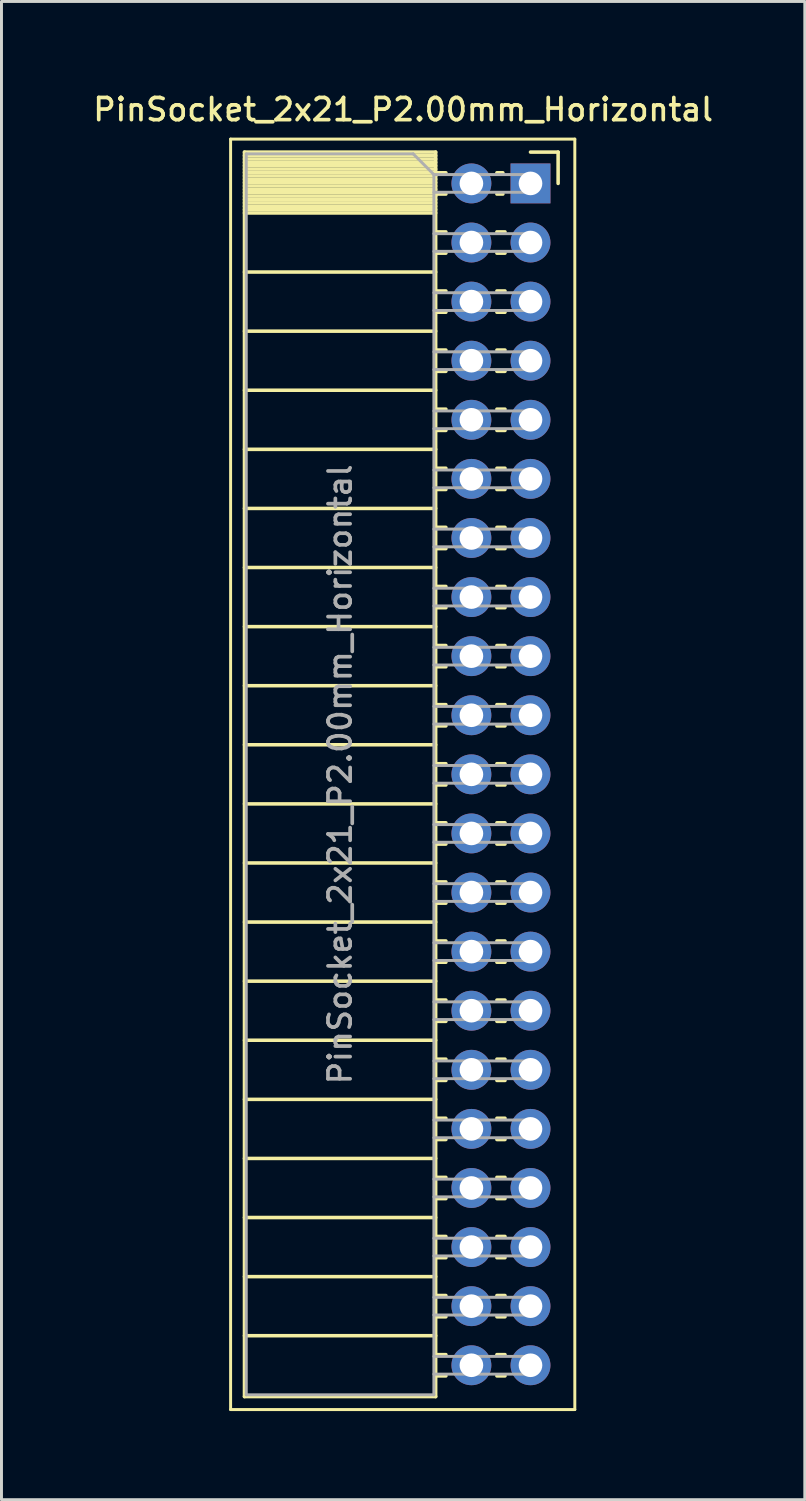
<source format=kicad_pcb>
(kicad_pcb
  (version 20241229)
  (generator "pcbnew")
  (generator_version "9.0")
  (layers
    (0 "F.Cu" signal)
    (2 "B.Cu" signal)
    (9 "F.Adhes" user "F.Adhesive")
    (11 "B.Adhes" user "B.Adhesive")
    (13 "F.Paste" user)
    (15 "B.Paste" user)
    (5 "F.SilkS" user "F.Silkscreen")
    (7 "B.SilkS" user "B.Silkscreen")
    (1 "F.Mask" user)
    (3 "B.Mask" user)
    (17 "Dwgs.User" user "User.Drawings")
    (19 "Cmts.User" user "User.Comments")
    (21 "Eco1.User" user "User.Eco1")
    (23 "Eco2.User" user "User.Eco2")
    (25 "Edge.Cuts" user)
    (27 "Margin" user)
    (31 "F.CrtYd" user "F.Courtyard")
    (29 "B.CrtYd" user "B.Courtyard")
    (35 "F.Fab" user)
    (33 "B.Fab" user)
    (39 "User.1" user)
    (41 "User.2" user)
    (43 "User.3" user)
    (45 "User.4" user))
  (footprint "PinSocket_2x21_P2.00mm_Horizontal"
    (layer "F.Cu")
    (at 14.905 3.158)
    (property "Reference" "PinSocket_2x21_P2.00mm_Horizontal" (at -4.31 -2.5 0) (layer "F.SilkS") (effects (font (size 0.75 0.75) (thickness 0.125))))
    (attr through_hole)
    (fp_line (start -10.15 -1.5) (end -10.15 41.5) (stroke (width 0.1) (type solid)) (layer "F.SilkS"))
    (fp_line (start -10.15 41.5) (end 1.5 41.5) (stroke (width 0.1) (type solid)) (layer "F.SilkS"))
    (fp_line (start -9.68 -1.06) (end -9.68 41.06) (stroke (width 0.12) (type solid)) (layer "F.SilkS"))
    (fp_line (start -9.68 -1.06) (end -3.21 -1.06) (stroke (width 0.12) (type solid)) (layer "F.SilkS"))
    (fp_line (start -9.68 -0.94) (end -3.21 -0.94) (stroke (width 0.12) (type solid)) (layer "F.SilkS"))
    (fp_line (start -9.68 -0.826) (end -3.21 -0.826) (stroke (width 0.12) (type solid)) (layer "F.SilkS"))
    (fp_line (start -9.68 -0.712) (end -3.21 -0.712) (stroke (width 0.12) (type solid)) (layer "F.SilkS"))
    (fp_line (start -9.68 -0.598) (end -3.21 -0.598) (stroke (width 0.12) (type solid)) (layer "F.SilkS"))
    (fp_line (start -9.68 -0.484) (end -3.21 -0.484) (stroke (width 0.12) (type solid)) (layer "F.SilkS"))
    (fp_line (start -9.68 -0.369) (end -3.21 -0.369) (stroke (width 0.12) (type solid)) (layer "F.SilkS"))
    (fp_line (start -9.68 -0.255) (end -3.21 -0.255) (stroke (width 0.12) (type solid)) (layer "F.SilkS"))
    (fp_line (start -9.68 -0.141) (end -3.21 -0.141) (stroke (width 0.12) (type solid)) (layer "F.SilkS"))
    (fp_line (start -9.68 -0.027) (end -3.21 -0.027) (stroke (width 0.12) (type solid)) (layer "F.SilkS"))
    (fp_line (start -9.68 0.087) (end -3.21 0.087) (stroke (width 0.12) (type solid)) (layer "F.SilkS"))
    (fp_line (start -9.68 0.201) (end -3.21 0.201) (stroke (width 0.12) (type solid)) (layer "F.SilkS"))
    (fp_line (start -9.68 0.315) (end -3.21 0.315) (stroke (width 0.12) (type solid)) (layer "F.SilkS"))
    (fp_line (start -9.68 0.429) (end -3.21 0.429) (stroke (width 0.12) (type solid)) (layer "F.SilkS"))
    (fp_line (start -9.68 0.544) (end -3.21 0.544) (stroke (width 0.12) (type solid)) (layer "F.SilkS"))
    (fp_line (start -9.68 0.658) (end -3.21 0.658) (stroke (width 0.12) (type solid)) (layer "F.SilkS"))
    (fp_line (start -9.68 0.772) (end -3.21 0.772) (stroke (width 0.12) (type solid)) (layer "F.SilkS"))
    (fp_line (start -9.68 0.886) (end -3.21 0.886) (stroke (width 0.12) (type solid)) (layer "F.SilkS"))
    (fp_line (start -9.68 1) (end -3.21 1) (stroke (width 0.12) (type solid)) (layer "F.SilkS"))
    (fp_line (start -9.68 3) (end -3.21 3) (stroke (width 0.12) (type solid)) (layer "F.SilkS"))
    (fp_line (start -9.68 5) (end -3.21 5) (stroke (width 0.12) (type solid)) (layer "F.SilkS"))
    (fp_line (start -9.68 7) (end -3.21 7) (stroke (width 0.12) (type solid)) (layer "F.SilkS"))
    (fp_line (start -9.68 9) (end -3.21 9) (stroke (width 0.12) (type solid)) (layer "F.SilkS"))
    (fp_line (start -9.68 11) (end -3.21 11) (stroke (width 0.12) (type solid)) (layer "F.SilkS"))
    (fp_line (start -9.68 13) (end -3.21 13) (stroke (width 0.12) (type solid)) (layer "F.SilkS"))
    (fp_line (start -9.68 15) (end -3.21 15) (stroke (width 0.12) (type solid)) (layer "F.SilkS"))
    (fp_line (start -9.68 17) (end -3.21 17) (stroke (width 0.12) (type solid)) (layer "F.SilkS"))
    (fp_line (start -9.68 19) (end -3.21 19) (stroke (width 0.12) (type solid)) (layer "F.SilkS"))
    (fp_line (start -9.68 21) (end -3.21 21) (stroke (width 0.12) (type solid)) (layer "F.SilkS"))
    (fp_line (start -9.68 23) (end -3.21 23) (stroke (width 0.12) (type solid)) (layer "F.SilkS"))
    (fp_line (start -9.68 25) (end -3.21 25) (stroke (width 0.12) (type solid)) (layer "F.SilkS"))
    (fp_line (start -9.68 27) (end -3.21 27) (stroke (width 0.12) (type solid)) (layer "F.SilkS"))
    (fp_line (start -9.68 29) (end -3.21 29) (stroke (width 0.12) (type solid)) (layer "F.SilkS"))
    (fp_line (start -9.68 31) (end -3.21 31) (stroke (width 0.12) (type solid)) (layer "F.SilkS"))
    (fp_line (start -9.68 33) (end -3.21 33) (stroke (width 0.12) (type solid)) (layer "F.SilkS"))
    (fp_line (start -9.68 35) (end -3.21 35) (stroke (width 0.12) (type solid)) (layer "F.SilkS"))
    (fp_line (start -9.68 37) (end -3.21 37) (stroke (width 0.12) (type solid)) (layer "F.SilkS"))
    (fp_line (start -9.68 39) (end -3.21 39) (stroke (width 0.12) (type solid)) (layer "F.SilkS"))
    (fp_line (start -9.68 41.06) (end -3.21 41.06) (stroke (width 0.12) (type solid)) (layer "F.SilkS"))
    (fp_line (start -3.21 -1.06) (end -3.21 41.06) (stroke (width 0.12) (type solid)) (layer "F.SilkS"))
    (fp_line (start -3.21 -0.36) (end -2.863 -0.36) (stroke (width 0.12) (type solid)) (layer "F.SilkS"))
    (fp_line (start -3.21 0.36) (end -2.863 0.36) (stroke (width 0.12) (type solid)) (layer "F.SilkS"))
    (fp_line (start -3.21 1.64) (end -2.863 1.64) (stroke (width 0.12) (type solid)) (layer "F.SilkS"))
    (fp_line (start -3.21 2.36) (end -2.863 2.36) (stroke (width 0.12) (type solid)) (layer "F.SilkS"))
    (fp_line (start -3.21 3.64) (end -2.863 3.64) (stroke (width 0.12) (type solid)) (layer "F.SilkS"))
    (fp_line (start -3.21 4.36) (end -2.863 4.36) (stroke (width 0.12) (type solid)) (layer "F.SilkS"))
    (fp_line (start -3.21 5.64) (end -2.863 5.64) (stroke (width 0.12) (type solid)) (layer "F.SilkS"))
    (fp_line (start -3.21 6.36) (end -2.863 6.36) (stroke (width 0.12) (type solid)) (layer "F.SilkS"))
    (fp_line (start -3.21 7.64) (end -2.863 7.64) (stroke (width 0.12) (type solid)) (layer "F.SilkS"))
    (fp_line (start -3.21 8.36) (end -2.863 8.36) (stroke (width 0.12) (type solid)) (layer "F.SilkS"))
    (fp_line (start -3.21 9.64) (end -2.863 9.64) (stroke (width 0.12) (type solid)) (layer "F.SilkS"))
    (fp_line (start -3.21 10.36) (end -2.863 10.36) (stroke (width 0.12) (type solid)) (layer "F.SilkS"))
    (fp_line (start -3.21 11.64) (end -2.863 11.64) (stroke (width 0.12) (type solid)) (layer "F.SilkS"))
    (fp_line (start -3.21 12.36) (end -2.863 12.36) (stroke (width 0.12) (type solid)) (layer "F.SilkS"))
    (fp_line (start -3.21 13.64) (end -2.863 13.64) (stroke (width 0.12) (type solid)) (layer "F.SilkS"))
    (fp_line (start -3.21 14.36) (end -2.863 14.36) (stroke (width 0.12) (type solid)) (layer "F.SilkS"))
    (fp_line (start -3.21 15.64) (end -2.863 15.64) (stroke (width 0.12) (type solid)) (layer "F.SilkS"))
    (fp_line (start -3.21 16.36) (end -2.863 16.36) (stroke (width 0.12) (type solid)) (layer "F.SilkS"))
    (fp_line (start -3.21 17.64) (end -2.863 17.64) (stroke (width 0.12) (type solid)) (layer "F.SilkS"))
    (fp_line (start -3.21 18.36) (end -2.863 18.36) (stroke (width 0.12) (type solid)) (layer "F.SilkS"))
    (fp_line (start -3.21 19.64) (end -2.863 19.64) (stroke (width 0.12) (type solid)) (layer "F.SilkS"))
    (fp_line (start -3.21 20.36) (end -2.863 20.36) (stroke (width 0.12) (type solid)) (layer "F.SilkS"))
    (fp_line (start -3.21 21.64) (end -2.863 21.64) (stroke (width 0.12) (type solid)) (layer "F.SilkS"))
    (fp_line (start -3.21 22.36) (end -2.863 22.36) (stroke (width 0.12) (type solid)) (layer "F.SilkS"))
    (fp_line (start -3.21 23.64) (end -2.863 23.64) (stroke (width 0.12) (type solid)) (layer "F.SilkS"))
    (fp_line (start -3.21 24.36) (end -2.863 24.36) (stroke (width 0.12) (type solid)) (layer "F.SilkS"))
    (fp_line (start -3.21 25.64) (end -2.863 25.64) (stroke (width 0.12) (type solid)) (layer "F.SilkS"))
    (fp_line (start -3.21 26.36) (end -2.863 26.36) (stroke (width 0.12) (type solid)) (layer "F.SilkS"))
    (fp_line (start -3.21 27.64) (end -2.863 27.64) (stroke (width 0.12) (type solid)) (layer "F.SilkS"))
    (fp_line (start -3.21 28.36) (end -2.863 28.36) (stroke (width 0.12) (type solid)) (layer "F.SilkS"))
    (fp_line (start -3.21 29.64) (end -2.863 29.64) (stroke (width 0.12) (type solid)) (layer "F.SilkS"))
    (fp_line (start -3.21 30.36) (end -2.863 30.36) (stroke (width 0.12) (type solid)) (layer "F.SilkS"))
    (fp_line (start -3.21 31.64) (end -2.863 31.64) (stroke (width 0.12) (type solid)) (layer "F.SilkS"))
    (fp_line (start -3.21 32.36) (end -2.863 32.36) (stroke (width 0.12) (type solid)) (layer "F.SilkS"))
    (fp_line (start -3.21 33.64) (end -2.863 33.64) (stroke (width 0.12) (type solid)) (layer "F.SilkS"))
    (fp_line (start -3.21 34.36) (end -2.863 34.36) (stroke (width 0.12) (type solid)) (layer "F.SilkS"))
    (fp_line (start -3.21 35.64) (end -2.863 35.64) (stroke (width 0.12) (type solid)) (layer "F.SilkS"))
    (fp_line (start -3.21 36.36) (end -2.863 36.36) (stroke (width 0.12) (type solid)) (layer "F.SilkS"))
    (fp_line (start -3.21 37.64) (end -2.863 37.64) (stroke (width 0.12) (type solid)) (layer "F.SilkS"))
    (fp_line (start -3.21 38.36) (end -2.863 38.36) (stroke (width 0.12) (type solid)) (layer "F.SilkS"))
    (fp_line (start -3.21 39.64) (end -2.863 39.64) (stroke (width 0.12) (type solid)) (layer "F.SilkS"))
    (fp_line (start -3.21 40.36) (end -2.863 40.36) (stroke (width 0.12) (type solid)) (layer "F.SilkS"))
    (fp_line (start -1.137 -0.36) (end -0.935 -0.36) (stroke (width 0.12) (type solid)) (layer "F.SilkS"))
    (fp_line (start -1.137 0.36) (end -0.935 0.36) (stroke (width 0.12) (type solid)) (layer "F.SilkS"))
    (fp_line (start -1.137 1.64) (end -0.863 1.64) (stroke (width 0.12) (type solid)) (layer "F.SilkS"))
    (fp_line (start -1.137 2.36) (end -0.863 2.36) (stroke (width 0.12) (type solid)) (layer "F.SilkS"))
    (fp_line (start -1.137 3.64) (end -0.863 3.64) (stroke (width 0.12) (type solid)) (layer "F.SilkS"))
    (fp_line (start -1.137 4.36) (end -0.863 4.36) (stroke (width 0.12) (type solid)) (layer "F.SilkS"))
    (fp_line (start -1.137 5.64) (end -0.863 5.64) (stroke (width 0.12) (type solid)) (layer "F.SilkS"))
    (fp_line (start -1.137 6.36) (end -0.863 6.36) (stroke (width 0.12) (type solid)) (layer "F.SilkS"))
    (fp_line (start -1.137 7.64) (end -0.863 7.64) (stroke (width 0.12) (type solid)) (layer "F.SilkS"))
    (fp_line (start -1.137 8.36) (end -0.863 8.36) (stroke (width 0.12) (type solid)) (layer "F.SilkS"))
    (fp_line (start -1.137 9.64) (end -0.863 9.64) (stroke (width 0.12) (type solid)) (layer "F.SilkS"))
    (fp_line (start -1.137 10.36) (end -0.863 10.36) (stroke (width 0.12) (type solid)) (layer "F.SilkS"))
    (fp_line (start -1.137 11.64) (end -0.863 11.64) (stroke (width 0.12) (type solid)) (layer "F.SilkS"))
    (fp_line (start -1.137 12.36) (end -0.863 12.36) (stroke (width 0.12) (type solid)) (layer "F.SilkS"))
    (fp_line (start -1.137 13.64) (end -0.863 13.64) (stroke (width 0.12) (type solid)) (layer "F.SilkS"))
    (fp_line (start -1.137 14.36) (end -0.863 14.36) (stroke (width 0.12) (type solid)) (layer "F.SilkS"))
    (fp_line (start -1.137 15.64) (end -0.863 15.64) (stroke (width 0.12) (type solid)) (layer "F.SilkS"))
    (fp_line (start -1.137 16.36) (end -0.863 16.36) (stroke (width 0.12) (type solid)) (layer "F.SilkS"))
    (fp_line (start -1.137 17.64) (end -0.863 17.64) (stroke (width 0.12) (type solid)) (layer "F.SilkS"))
    (fp_line (start -1.137 18.36) (end -0.863 18.36) (stroke (width 0.12) (type solid)) (layer "F.SilkS"))
    (fp_line (start -1.137 19.64) (end -0.863 19.64) (stroke (width 0.12) (type solid)) (layer "F.SilkS"))
    (fp_line (start -1.137 20.36) (end -0.863 20.36) (stroke (width 0.12) (type solid)) (layer "F.SilkS"))
    (fp_line (start -1.137 21.64) (end -0.863 21.64) (stroke (width 0.12) (type solid)) (layer "F.SilkS"))
    (fp_line (start -1.137 22.36) (end -0.863 22.36) (stroke (width 0.12) (type solid)) (layer "F.SilkS"))
    (fp_line (start -1.137 23.64) (end -0.863 23.64) (stroke (width 0.12) (type solid)) (layer "F.SilkS"))
    (fp_line (start -1.137 24.36) (end -0.863 24.36) (stroke (width 0.12) (type solid)) (layer "F.SilkS"))
    (fp_line (start -1.137 25.64) (end -0.863 25.64) (stroke (width 0.12) (type solid)) (layer "F.SilkS"))
    (fp_line (start -1.137 26.36) (end -0.863 26.36) (stroke (width 0.12) (type solid)) (layer "F.SilkS"))
    (fp_line (start -1.137 27.64) (end -0.863 27.64) (stroke (width 0.12) (type solid)) (layer "F.SilkS"))
    (fp_line (start -1.137 28.36) (end -0.863 28.36) (stroke (width 0.12) (type solid)) (layer "F.SilkS"))
    (fp_line (start -1.137 29.64) (end -0.863 29.64) (stroke (width 0.12) (type solid)) (layer "F.SilkS"))
    (fp_line (start -1.137 30.36) (end -0.863 30.36) (stroke (width 0.12) (type solid)) (layer "F.SilkS"))
    (fp_line (start -1.137 31.64) (end -0.863 31.64) (stroke (width 0.12) (type solid)) (layer "F.SilkS"))
    (fp_line (start -1.137 32.36) (end -0.863 32.36) (stroke (width 0.12) (type solid)) (layer "F.SilkS"))
    (fp_line (start -1.137 33.64) (end -0.863 33.64) (stroke (width 0.12) (type solid)) (layer "F.SilkS"))
    (fp_line (start -1.137 34.36) (end -0.863 34.36) (stroke (width 0.12) (type solid)) (layer "F.SilkS"))
    (fp_line (start -1.137 35.64) (end -0.863 35.64) (stroke (width 0.12) (type solid)) (layer "F.SilkS"))
    (fp_line (start -1.137 36.36) (end -0.863 36.36) (stroke (width 0.12) (type solid)) (layer "F.SilkS"))
    (fp_line (start -1.137 37.64) (end -0.863 37.64) (stroke (width 0.12) (type solid)) (layer "F.SilkS"))
    (fp_line (start -1.137 38.36) (end -0.863 38.36) (stroke (width 0.12) (type solid)) (layer "F.SilkS"))
    (fp_line (start -1.137 39.64) (end -0.863 39.64) (stroke (width 0.12) (type solid)) (layer "F.SilkS"))
    (fp_line (start -1.137 40.36) (end -0.863 40.36) (stroke (width 0.12) (type solid)) (layer "F.SilkS"))
    (fp_line (start 0 -1.06) (end 0.935 -1.06) (stroke (width 0.12) (type solid)) (layer "F.SilkS"))
    (fp_line (start 0.935 -1.06) (end 0.935 0) (stroke (width 0.12) (type solid)) (layer "F.SilkS"))
    (fp_line (start 1.5 -1.5) (end -10.15 -1.5) (stroke (width 0.1) (type solid)) (layer "F.SilkS"))
    (fp_line (start 1.5 41.5) (end 1.5 -1.5) (stroke (width 0.1) (type solid)) (layer "F.SilkS"))
    (fp_line (start -9.62 -1) (end -3.97 -1) (stroke (width 0.1) (type solid)) (layer "F.Fab"))
    (fp_line (start -9.62 41) (end -9.62 -1) (stroke (width 0.1) (type solid)) (layer "F.Fab"))
    (fp_line (start -3.97 -1) (end -3.27 -0.3) (stroke (width 0.1) (type solid)) (layer "F.Fab"))
    (fp_line (start -3.27 -0.3) (end -3.27 41) (stroke (width 0.1) (type solid)) (layer "F.Fab"))
    (fp_line (start -3.27 0.3) (end 0 0.3) (stroke (width 0.1) (type solid)) (layer "F.Fab"))
    (fp_line (start -3.27 2.3) (end 0 2.3) (stroke (width 0.1) (type solid)) (layer "F.Fab"))
    (fp_line (start -3.27 4.3) (end 0 4.3) (stroke (width 0.1) (type solid)) (layer "F.Fab"))
    (fp_line (start -3.27 6.3) (end 0 6.3) (stroke (width 0.1) (type solid)) (layer "F.Fab"))
    (fp_line (start -3.27 8.3) (end 0 8.3) (stroke (width 0.1) (type solid)) (layer "F.Fab"))
    (fp_line (start -3.27 10.3) (end 0 10.3) (stroke (width 0.1) (type solid)) (layer "F.Fab"))
    (fp_line (start -3.27 12.3) (end 0 12.3) (stroke (width 0.1) (type solid)) (layer "F.Fab"))
    (fp_line (start -3.27 14.3) (end 0 14.3) (stroke (width 0.1) (type solid)) (layer "F.Fab"))
    (fp_line (start -3.27 16.3) (end 0 16.3) (stroke (width 0.1) (type solid)) (layer "F.Fab"))
    (fp_line (start -3.27 18.3) (end 0 18.3) (stroke (width 0.1) (type solid)) (layer "F.Fab"))
    (fp_line (start -3.27 20.3) (end 0 20.3) (stroke (width 0.1) (type solid)) (layer "F.Fab"))
    (fp_line (start -3.27 22.3) (end 0 22.3) (stroke (width 0.1) (type solid)) (layer "F.Fab"))
    (fp_line (start -3.27 24.3) (end 0 24.3) (stroke (width 0.1) (type solid)) (layer "F.Fab"))
    (fp_line (start -3.27 26.3) (end 0 26.3) (stroke (width 0.1) (type solid)) (layer "F.Fab"))
    (fp_line (start -3.27 28.3) (end 0 28.3) (stroke (width 0.1) (type solid)) (layer "F.Fab"))
    (fp_line (start -3.27 30.3) (end 0 30.3) (stroke (width 0.1) (type solid)) (layer "F.Fab"))
    (fp_line (start -3.27 32.3) (end 0 32.3) (stroke (width 0.1) (type solid)) (layer "F.Fab"))
    (fp_line (start -3.27 34.3) (end 0 34.3) (stroke (width 0.1) (type solid)) (layer "F.Fab"))
    (fp_line (start -3.27 36.3) (end 0 36.3) (stroke (width 0.1) (type solid)) (layer "F.Fab"))
    (fp_line (start -3.27 38.3) (end 0 38.3) (stroke (width 0.1) (type solid)) (layer "F.Fab"))
    (fp_line (start -3.27 40.3) (end 0 40.3) (stroke (width 0.1) (type solid)) (layer "F.Fab"))
    (fp_line (start -3.27 41) (end -9.62 41) (stroke (width 0.1) (type solid)) (layer "F.Fab"))
    (fp_line (start 0 -0.3) (end -3.27 -0.3) (stroke (width 0.1) (type solid)) (layer "F.Fab"))
    (fp_line (start 0 0.3) (end 0 -0.3) (stroke (width 0.1) (type solid)) (layer "F.Fab"))
    (fp_line (start 0 1.7) (end -3.27 1.7) (stroke (width 0.1) (type solid)) (layer "F.Fab"))
    (fp_line (start 0 2.3) (end 0 1.7) (stroke (width 0.1) (type solid)) (layer "F.Fab"))
    (fp_line (start 0 3.7) (end -3.27 3.7) (stroke (width 0.1) (type solid)) (layer "F.Fab"))
    (fp_line (start 0 4.3) (end 0 3.7) (stroke (width 0.1) (type solid)) (layer "F.Fab"))
    (fp_line (start 0 5.7) (end -3.27 5.7) (stroke (width 0.1) (type solid)) (layer "F.Fab"))
    (fp_line (start 0 6.3) (end 0 5.7) (stroke (width 0.1) (type solid)) (layer "F.Fab"))
    (fp_line (start 0 7.7) (end -3.27 7.7) (stroke (width 0.1) (type solid)) (layer "F.Fab"))
    (fp_line (start 0 8.3) (end 0 7.7) (stroke (width 0.1) (type solid)) (layer "F.Fab"))
    (fp_line (start 0 9.7) (end -3.27 9.7) (stroke (width 0.1) (type solid)) (layer "F.Fab"))
    (fp_line (start 0 10.3) (end 0 9.7) (stroke (width 0.1) (type solid)) (layer "F.Fab"))
    (fp_line (start 0 11.7) (end -3.27 11.7) (stroke (width 0.1) (type solid)) (layer "F.Fab"))
    (fp_line (start 0 12.3) (end 0 11.7) (stroke (width 0.1) (type solid)) (layer "F.Fab"))
    (fp_line (start 0 13.7) (end -3.27 13.7) (stroke (width 0.1) (type solid)) (layer "F.Fab"))
    (fp_line (start 0 14.3) (end 0 13.7) (stroke (width 0.1) (type solid)) (layer "F.Fab"))
    (fp_line (start 0 15.7) (end -3.27 15.7) (stroke (width 0.1) (type solid)) (layer "F.Fab"))
    (fp_line (start 0 16.3) (end 0 15.7) (stroke (width 0.1) (type solid)) (layer "F.Fab"))
    (fp_line (start 0 17.7) (end -3.27 17.7) (stroke (width 0.1) (type solid)) (layer "F.Fab"))
    (fp_line (start 0 18.3) (end 0 17.7) (stroke (width 0.1) (type solid)) (layer "F.Fab"))
    (fp_line (start 0 19.7) (end -3.27 19.7) (stroke (width 0.1) (type solid)) (layer "F.Fab"))
    (fp_line (start 0 20.3) (end 0 19.7) (stroke (width 0.1) (type solid)) (layer "F.Fab"))
    (fp_line (start 0 21.7) (end -3.27 21.7) (stroke (width 0.1) (type solid)) (layer "F.Fab"))
    (fp_line (start 0 22.3) (end 0 21.7) (stroke (width 0.1) (type solid)) (layer "F.Fab"))
    (fp_line (start 0 23.7) (end -3.27 23.7) (stroke (width 0.1) (type solid)) (layer "F.Fab"))
    (fp_line (start 0 24.3) (end 0 23.7) (stroke (width 0.1) (type solid)) (layer "F.Fab"))
    (fp_line (start 0 25.7) (end -3.27 25.7) (stroke (width 0.1) (type solid)) (layer "F.Fab"))
    (fp_line (start 0 26.3) (end 0 25.7) (stroke (width 0.1) (type solid)) (layer "F.Fab"))
    (fp_line (start 0 27.7) (end -3.27 27.7) (stroke (width 0.1) (type solid)) (layer "F.Fab"))
    (fp_line (start 0 28.3) (end 0 27.7) (stroke (width 0.1) (type solid)) (layer "F.Fab"))
    (fp_line (start 0 29.7) (end -3.27 29.7) (stroke (width 0.1) (type solid)) (layer "F.Fab"))
    (fp_line (start 0 30.3) (end 0 29.7) (stroke (width 0.1) (type solid)) (layer "F.Fab"))
    (fp_line (start 0 31.7) (end -3.27 31.7) (stroke (width 0.1) (type solid)) (layer "F.Fab"))
    (fp_line (start 0 32.3) (end 0 31.7) (stroke (width 0.1) (type solid)) (layer "F.Fab"))
    (fp_line (start 0 33.7) (end -3.27 33.7) (stroke (width 0.1) (type solid)) (layer "F.Fab"))
    (fp_line (start 0 34.3) (end 0 33.7) (stroke (width 0.1) (type solid)) (layer "F.Fab"))
    (fp_line (start 0 35.7) (end -3.27 35.7) (stroke (width 0.1) (type solid)) (layer "F.Fab"))
    (fp_line (start 0 36.3) (end 0 35.7) (stroke (width 0.1) (type solid)) (layer "F.Fab"))
    (fp_line (start 0 37.7) (end -3.27 37.7) (stroke (width 0.1) (type solid)) (layer "F.Fab"))
    (fp_line (start 0 38.3) (end 0 37.7) (stroke (width 0.1) (type solid)) (layer "F.Fab"))
    (fp_line (start 0 39.7) (end -3.27 39.7) (stroke (width 0.1) (type solid)) (layer "F.Fab"))
    (fp_line (start 0 40.3) (end 0 39.7) (stroke (width 0.1) (type solid)) (layer "F.Fab"))
    (fp_text user "${REFERENCE}" (at -6.445 20 90) (layer "F.Fab") (effects (font (size 0.75 0.75) (thickness 0.125))))
    (pad "1" thru_hole rect (at 0 0) (size 1.35 1.35) (drill 0.8) (layers "*.Cu" "*.Mask"))
    (pad "2" thru_hole oval (at -2 0) (size 1.35 1.35) (drill 0.8) (layers "*.Cu" "*.Mask"))
    (pad "3" thru_hole oval (at 0 2) (size 1.35 1.35) (drill 0.8) (layers "*.Cu" "*.Mask"))
    (pad "4" thru_hole oval (at -2 2) (size 1.35 1.35) (drill 0.8) (layers "*.Cu" "*.Mask"))
    (pad "5" thru_hole oval (at 0 4) (size 1.35 1.35) (drill 0.8) (layers "*.Cu" "*.Mask"))
    (pad "6" thru_hole oval (at -2 4) (size 1.35 1.35) (drill 0.8) (layers "*.Cu" "*.Mask"))
    (pad "7" thru_hole oval (at 0 6) (size 1.35 1.35) (drill 0.8) (layers "*.Cu" "*.Mask"))
    (pad "8" thru_hole oval (at -2 6) (size 1.35 1.35) (drill 0.8) (layers "*.Cu" "*.Mask"))
    (pad "9" thru_hole oval (at 0 8) (size 1.35 1.35) (drill 0.8) (layers "*.Cu" "*.Mask"))
    (pad "10" thru_hole oval (at -2 8) (size 1.35 1.35) (drill 0.8) (layers "*.Cu" "*.Mask"))
    (pad "11" thru_hole oval (at 0 10) (size 1.35 1.35) (drill 0.8) (layers "*.Cu" "*.Mask"))
    (pad "12" thru_hole oval (at -2 10) (size 1.35 1.35) (drill 0.8) (layers "*.Cu" "*.Mask"))
    (pad "13" thru_hole oval (at 0 12) (size 1.35 1.35) (drill 0.8) (layers "*.Cu" "*.Mask"))
    (pad "14" thru_hole oval (at -2 12) (size 1.35 1.35) (drill 0.8) (layers "*.Cu" "*.Mask"))
    (pad "15" thru_hole oval (at 0 14) (size 1.35 1.35) (drill 0.8) (layers "*.Cu" "*.Mask"))
    (pad "16" thru_hole oval (at -2 14) (size 1.35 1.35) (drill 0.8) (layers "*.Cu" "*.Mask"))
    (pad "17" thru_hole oval (at 0 16) (size 1.35 1.35) (drill 0.8) (layers "*.Cu" "*.Mask"))
    (pad "18" thru_hole oval (at -2 16) (size 1.35 1.35) (drill 0.8) (layers "*.Cu" "*.Mask"))
    (pad "19" thru_hole oval (at 0 18) (size 1.35 1.35) (drill 0.8) (layers "*.Cu" "*.Mask"))
    (pad "20" thru_hole oval (at -2 18) (size 1.35 1.35) (drill 0.8) (layers "*.Cu" "*.Mask"))
    (pad "21" thru_hole oval (at 0 20) (size 1.35 1.35) (drill 0.8) (layers "*.Cu" "*.Mask"))
    (pad "22" thru_hole oval (at -2 20) (size 1.35 1.35) (drill 0.8) (layers "*.Cu" "*.Mask"))
    (pad "23" thru_hole oval (at 0 22) (size 1.35 1.35) (drill 0.8) (layers "*.Cu" "*.Mask"))
    (pad "24" thru_hole oval (at -2 22) (size 1.35 1.35) (drill 0.8) (layers "*.Cu" "*.Mask"))
    (pad "25" thru_hole oval (at 0 24) (size 1.35 1.35) (drill 0.8) (layers "*.Cu" "*.Mask"))
    (pad "26" thru_hole oval (at -2 24) (size 1.35 1.35) (drill 0.8) (layers "*.Cu" "*.Mask"))
    (pad "27" thru_hole oval (at 0 26) (size 1.35 1.35) (drill 0.8) (layers "*.Cu" "*.Mask"))
    (pad "28" thru_hole oval (at -2 26) (size 1.35 1.35) (drill 0.8) (layers "*.Cu" "*.Mask"))
    (pad "29" thru_hole oval (at 0 28) (size 1.35 1.35) (drill 0.8) (layers "*.Cu" "*.Mask"))
    (pad "30" thru_hole oval (at -2 28) (size 1.35 1.35) (drill 0.8) (layers "*.Cu" "*.Mask"))
    (pad "31" thru_hole oval (at 0 30) (size 1.35 1.35) (drill 0.8) (layers "*.Cu" "*.Mask"))
    (pad "32" thru_hole oval (at -2 30) (size 1.35 1.35) (drill 0.8) (layers "*.Cu" "*.Mask"))
    (pad "33" thru_hole oval (at 0 32) (size 1.35 1.35) (drill 0.8) (layers "*.Cu" "*.Mask"))
    (pad "34" thru_hole oval (at -2 32) (size 1.35 1.35) (drill 0.8) (layers "*.Cu" "*.Mask"))
    (pad "35" thru_hole oval (at 0 34) (size 1.35 1.35) (drill 0.8) (layers "*.Cu" "*.Mask"))
    (pad "36" thru_hole oval (at -2 34) (size 1.35 1.35) (drill 0.8) (layers "*.Cu" "*.Mask"))
    (pad "37" thru_hole oval (at 0 36) (size 1.35 1.35) (drill 0.8) (layers "*.Cu" "*.Mask"))
    (pad "38" thru_hole oval (at -2 36) (size 1.35 1.35) (drill 0.8) (layers "*.Cu" "*.Mask"))
    (pad "39" thru_hole oval (at 0 38) (size 1.35 1.35) (drill 0.8) (layers "*.Cu" "*.Mask"))
    (pad "40" thru_hole oval (at -2 38) (size 1.35 1.35) (drill 0.8) (layers "*.Cu" "*.Mask"))
    (pad "41" thru_hole oval (at 0 40) (size 1.35 1.35) (drill 0.8) (layers "*.Cu" "*.Mask"))
    (pad "42" thru_hole oval (at -2 40) (size 1.35 1.35) (drill 0.8) (layers "*.Cu" "*.Mask")))
  (gr_rect
    (start -3 -3)
    (end 24.189 47.708)
    (stroke (width 0.1) (type default))
    (fill no)
    (layer "Edge.Cuts")))
</source>
